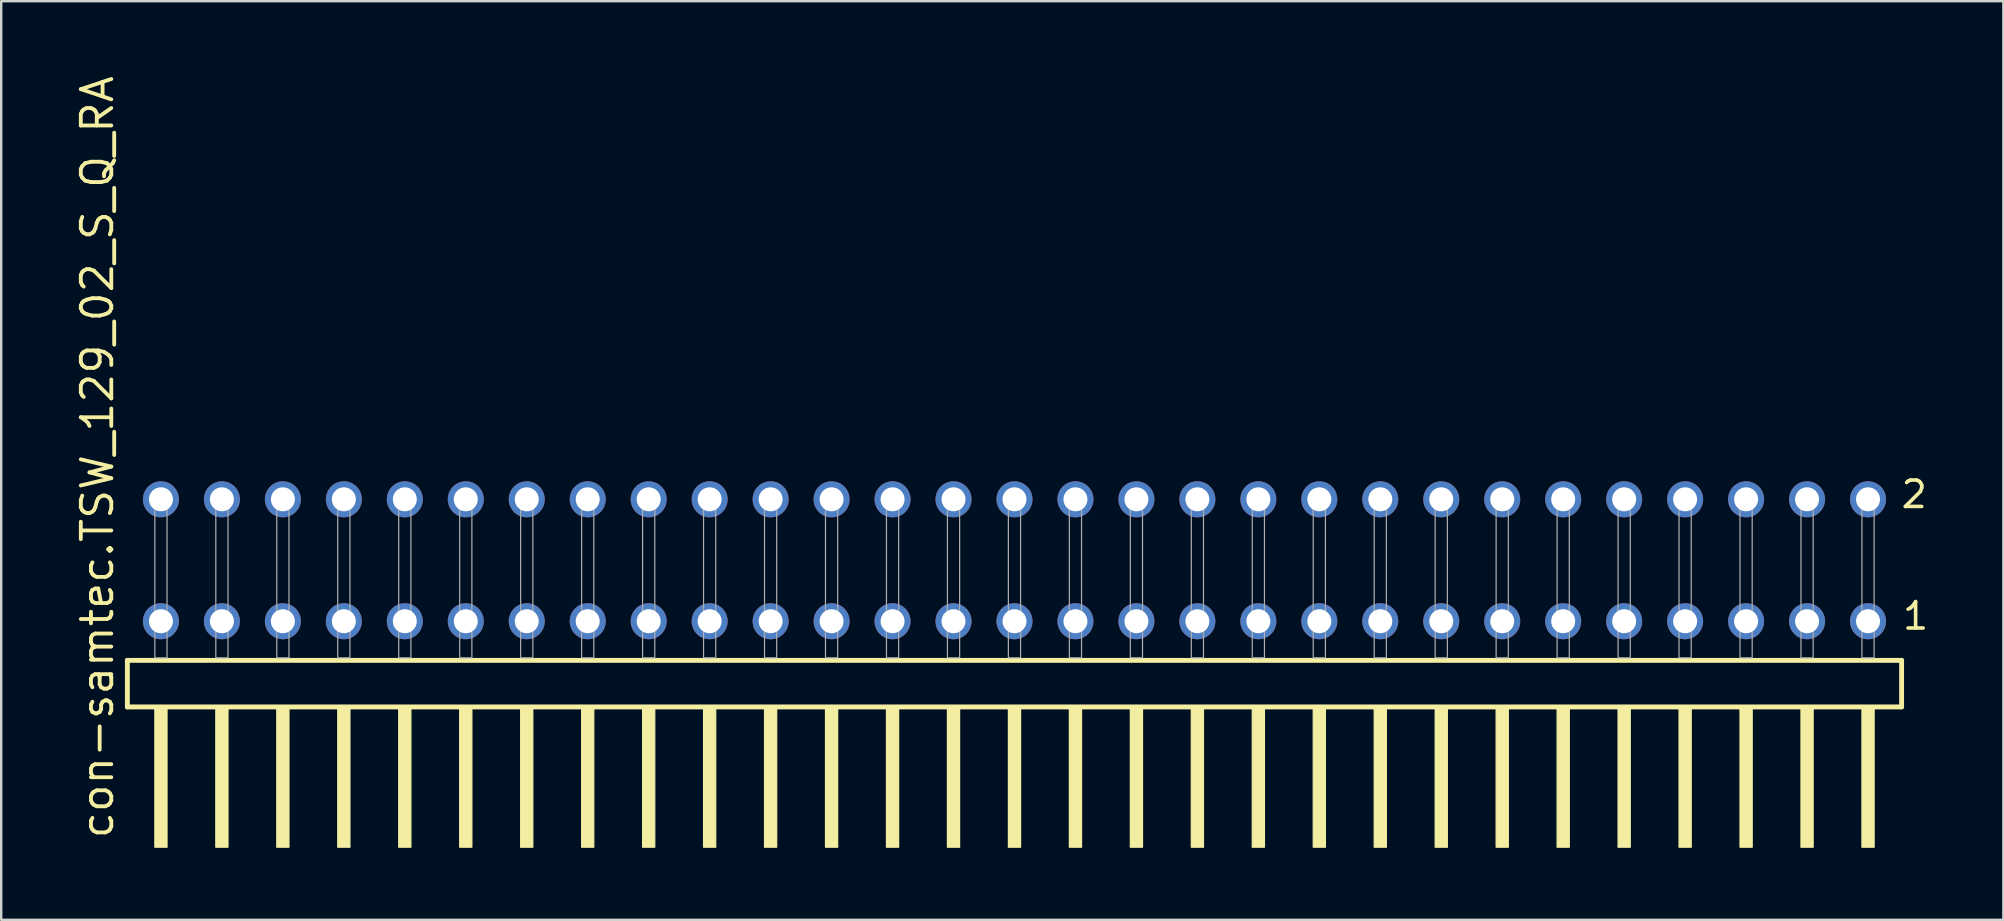
<source format=kicad_pcb>
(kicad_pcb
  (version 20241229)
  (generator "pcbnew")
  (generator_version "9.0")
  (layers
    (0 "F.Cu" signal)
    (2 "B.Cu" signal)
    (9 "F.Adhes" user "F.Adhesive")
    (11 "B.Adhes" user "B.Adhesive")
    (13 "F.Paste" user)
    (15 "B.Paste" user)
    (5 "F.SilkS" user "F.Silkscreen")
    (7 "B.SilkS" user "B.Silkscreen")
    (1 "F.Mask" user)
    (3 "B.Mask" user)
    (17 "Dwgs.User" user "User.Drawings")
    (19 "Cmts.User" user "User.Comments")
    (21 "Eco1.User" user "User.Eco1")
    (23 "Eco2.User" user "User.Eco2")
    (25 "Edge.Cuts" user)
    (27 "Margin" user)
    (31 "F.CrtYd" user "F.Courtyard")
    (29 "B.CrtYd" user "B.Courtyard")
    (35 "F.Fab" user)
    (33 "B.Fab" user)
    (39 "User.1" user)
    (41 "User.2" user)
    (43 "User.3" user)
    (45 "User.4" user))
  (footprint "con-samtec.TSW_129_02_S_Q_RA"
    (layer "F.Cu")
    (at 39.215 24.356)
    (property "Reference" "con-samtec.TSW_129_02_S_Q_RA" (at -37.465 7.62 90) (layer "F.SilkS") (effects (font (size 1.27 1.27) (thickness 0.16)) (justify left bottom)))
    (attr through_hole)
    (fp_line (start -36.959 0.106) (end -36.959 2.046) (stroke (width 0.203) (type default)) (layer "F.SilkS"))
    (fp_line (start -36.959 2.046) (end 36.959 2.046) (stroke (width 0.203) (type default)) (layer "F.SilkS"))
    (fp_line (start 36.959 0.106) (end -36.959 0.106) (stroke (width 0.203) (type default)) (layer "F.SilkS"))
    (fp_line (start 36.959 2.046) (end 36.959 0.106) (stroke (width 0.203) (type default)) (layer "F.SilkS"))
    (fp_rect (start -35.814 7.89) (end -35.306 2.04) (stroke (width 0.05) (type default)) (fill yes) (layer "F.SilkS"))
    (fp_rect (start -33.274 7.89) (end -32.766 2.04) (stroke (width 0.05) (type default)) (fill yes) (layer "F.SilkS"))
    (fp_rect (start -30.734 7.89) (end -30.226 2.04) (stroke (width 0.05) (type default)) (fill yes) (layer "F.SilkS"))
    (fp_rect (start -28.194 7.89) (end -27.686 2.04) (stroke (width 0.05) (type default)) (fill yes) (layer "F.SilkS"))
    (fp_rect (start -25.654 7.89) (end -25.146 2.04) (stroke (width 0.05) (type default)) (fill yes) (layer "F.SilkS"))
    (fp_rect (start -23.114 7.89) (end -22.606 2.04) (stroke (width 0.05) (type default)) (fill yes) (layer "F.SilkS"))
    (fp_rect (start -20.574 7.89) (end -20.066 2.04) (stroke (width 0.05) (type default)) (fill yes) (layer "F.SilkS"))
    (fp_rect (start -18.034 7.89) (end -17.526 2.04) (stroke (width 0.05) (type default)) (fill yes) (layer "F.SilkS"))
    (fp_rect (start -15.494 7.89) (end -14.986 2.04) (stroke (width 0.05) (type default)) (fill yes) (layer "F.SilkS"))
    (fp_rect (start -12.954 7.89) (end -12.446 2.04) (stroke (width 0.05) (type default)) (fill yes) (layer "F.SilkS"))
    (fp_rect (start -10.414 7.89) (end -9.906 2.04) (stroke (width 0.05) (type default)) (fill yes) (layer "F.SilkS"))
    (fp_rect (start -7.874 7.89) (end -7.366 2.04) (stroke (width 0.05) (type default)) (fill yes) (layer "F.SilkS"))
    (fp_rect (start -5.334 7.89) (end -4.826 2.04) (stroke (width 0.05) (type default)) (fill yes) (layer "F.SilkS"))
    (fp_rect (start -2.794 7.89) (end -2.286 2.04) (stroke (width 0.05) (type default)) (fill yes) (layer "F.SilkS"))
    (fp_rect (start -0.254 7.89) (end 0.254 2.04) (stroke (width 0.05) (type default)) (fill yes) (layer "F.SilkS"))
    (fp_rect (start 2.286 7.89) (end 2.794 2.04) (stroke (width 0.05) (type default)) (fill yes) (layer "F.SilkS"))
    (fp_rect (start 4.826 7.89) (end 5.334 2.04) (stroke (width 0.05) (type default)) (fill yes) (layer "F.SilkS"))
    (fp_rect (start 7.366 7.89) (end 7.874 2.04) (stroke (width 0.05) (type default)) (fill yes) (layer "F.SilkS"))
    (fp_rect (start 9.906 7.89) (end 10.414 2.04) (stroke (width 0.05) (type default)) (fill yes) (layer "F.SilkS"))
    (fp_rect (start 12.446 7.89) (end 12.954 2.04) (stroke (width 0.05) (type default)) (fill yes) (layer "F.SilkS"))
    (fp_rect (start 14.986 7.89) (end 15.494 2.04) (stroke (width 0.05) (type default)) (fill yes) (layer "F.SilkS"))
    (fp_rect (start 17.526 7.89) (end 18.034 2.04) (stroke (width 0.05) (type default)) (fill yes) (layer "F.SilkS"))
    (fp_rect (start 20.066 7.89) (end 20.574 2.04) (stroke (width 0.05) (type default)) (fill yes) (layer "F.SilkS"))
    (fp_rect (start 22.606 7.89) (end 23.114 2.04) (stroke (width 0.05) (type default)) (fill yes) (layer "F.SilkS"))
    (fp_rect (start 25.146 7.89) (end 25.654 2.04) (stroke (width 0.05) (type default)) (fill yes) (layer "F.SilkS"))
    (fp_rect (start 27.686 7.89) (end 28.194 2.04) (stroke (width 0.05) (type default)) (fill yes) (layer "F.SilkS"))
    (fp_rect (start 30.226 7.89) (end 30.734 2.04) (stroke (width 0.05) (type default)) (fill yes) (layer "F.SilkS"))
    (fp_rect (start 32.766 7.89) (end 33.274 2.04) (stroke (width 0.05) (type default)) (fill yes) (layer "F.SilkS"))
    (fp_rect (start 35.306 7.89) (end 35.814 2.04) (stroke (width 0.05) (type default)) (fill yes) (layer "F.SilkS"))
    (fp_rect (start -35.814 0) (end -35.306 -6.858) (stroke (width 0.05) (type default)) (fill no) (layer "F.Fab"))
    (fp_rect (start -33.274 0) (end -32.766 -6.858) (stroke (width 0.05) (type default)) (fill no) (layer "F.Fab"))
    (fp_rect (start -30.734 0) (end -30.226 -6.858) (stroke (width 0.05) (type default)) (fill no) (layer "F.Fab"))
    (fp_rect (start -28.194 0) (end -27.686 -6.858) (stroke (width 0.05) (type default)) (fill no) (layer "F.Fab"))
    (fp_rect (start -25.654 0) (end -25.146 -6.858) (stroke (width 0.05) (type default)) (fill no) (layer "F.Fab"))
    (fp_rect (start -23.114 0) (end -22.606 -6.858) (stroke (width 0.05) (type default)) (fill no) (layer "F.Fab"))
    (fp_rect (start -20.574 0) (end -20.066 -6.858) (stroke (width 0.05) (type default)) (fill no) (layer "F.Fab"))
    (fp_rect (start -18.034 0) (end -17.526 -6.858) (stroke (width 0.05) (type default)) (fill no) (layer "F.Fab"))
    (fp_rect (start -15.494 0) (end -14.986 -6.858) (stroke (width 0.05) (type default)) (fill no) (layer "F.Fab"))
    (fp_rect (start -12.954 0) (end -12.446 -6.858) (stroke (width 0.05) (type default)) (fill no) (layer "F.Fab"))
    (fp_rect (start -10.414 0) (end -9.906 -6.858) (stroke (width 0.05) (type default)) (fill no) (layer "F.Fab"))
    (fp_rect (start -7.874 0) (end -7.366 -6.858) (stroke (width 0.05) (type default)) (fill no) (layer "F.Fab"))
    (fp_rect (start -5.334 0) (end -4.826 -6.858) (stroke (width 0.05) (type default)) (fill no) (layer "F.Fab"))
    (fp_rect (start -2.794 0) (end -2.286 -6.858) (stroke (width 0.05) (type default)) (fill no) (layer "F.Fab"))
    (fp_rect (start -0.254 0) (end 0.254 -6.858) (stroke (width 0.05) (type default)) (fill no) (layer "F.Fab"))
    (fp_rect (start 2.286 0) (end 2.794 -6.858) (stroke (width 0.05) (type default)) (fill no) (layer "F.Fab"))
    (fp_rect (start 4.826 0) (end 5.334 -6.858) (stroke (width 0.05) (type default)) (fill no) (layer "F.Fab"))
    (fp_rect (start 7.366 0) (end 7.874 -6.858) (stroke (width 0.05) (type default)) (fill no) (layer "F.Fab"))
    (fp_rect (start 9.906 0) (end 10.414 -6.858) (stroke (width 0.05) (type default)) (fill no) (layer "F.Fab"))
    (fp_rect (start 12.446 0) (end 12.954 -6.858) (stroke (width 0.05) (type default)) (fill no) (layer "F.Fab"))
    (fp_rect (start 14.986 0) (end 15.494 -6.858) (stroke (width 0.05) (type default)) (fill no) (layer "F.Fab"))
    (fp_rect (start 17.526 0) (end 18.034 -6.858) (stroke (width 0.05) (type default)) (fill no) (layer "F.Fab"))
    (fp_rect (start 20.066 0) (end 20.574 -6.858) (stroke (width 0.05) (type default)) (fill no) (layer "F.Fab"))
    (fp_rect (start 22.606 0) (end 23.114 -6.858) (stroke (width 0.05) (type default)) (fill no) (layer "F.Fab"))
    (fp_rect (start 25.146 0) (end 25.654 -6.858) (stroke (width 0.05) (type default)) (fill no) (layer "F.Fab"))
    (fp_rect (start 27.686 0) (end 28.194 -6.858) (stroke (width 0.05) (type default)) (fill no) (layer "F.Fab"))
    (fp_rect (start 30.226 0) (end 30.734 -6.858) (stroke (width 0.05) (type default)) (fill no) (layer "F.Fab"))
    (fp_rect (start 32.766 0) (end 33.274 -6.858) (stroke (width 0.05) (type default)) (fill no) (layer "F.Fab"))
    (fp_rect (start 35.306 0) (end 35.814 -6.858) (stroke (width 0.05) (type default)) (fill no) (layer "F.Fab"))
    (fp_text user "1" (at 36.92 -1.1 0) (layer "F.SilkS") (effects (font (size 1.1 1.1) (thickness 0.15)) (justify left bottom)))
    (fp_text user "2" (at 36.86 -6.165 0) (layer "F.SilkS") (effects (font (size 1.1 1.1) (thickness 0.15)) (justify left bottom)))
    (pad "1" thru_hole circle (at 35.56 -1.524 180) (size 1.5 1.5) (drill 1) (layers "*.Cu" "*.Mask"))
    (pad "2" thru_hole circle (at 35.56 -6.604 180) (size 1.5 1.5) (drill 1) (layers "*.Cu" "*.Mask"))
    (pad "3" thru_hole circle (at 33.02 -1.524 180) (size 1.5 1.5) (drill 1) (layers "*.Cu" "*.Mask"))
    (pad "4" thru_hole circle (at 33.02 -6.604 180) (size 1.5 1.5) (drill 1) (layers "*.Cu" "*.Mask"))
    (pad "5" thru_hole circle (at 30.48 -1.524 180) (size 1.5 1.5) (drill 1) (layers "*.Cu" "*.Mask"))
    (pad "6" thru_hole circle (at 30.48 -6.604 180) (size 1.5 1.5) (drill 1) (layers "*.Cu" "*.Mask"))
    (pad "7" thru_hole circle (at 27.94 -1.524 180) (size 1.5 1.5) (drill 1) (layers "*.Cu" "*.Mask"))
    (pad "8" thru_hole circle (at 27.94 -6.604 180) (size 1.5 1.5) (drill 1) (layers "*.Cu" "*.Mask"))
    (pad "9" thru_hole circle (at 25.4 -1.524 180) (size 1.5 1.5) (drill 1) (layers "*.Cu" "*.Mask"))
    (pad "10" thru_hole circle (at 25.4 -6.604 180) (size 1.5 1.5) (drill 1) (layers "*.Cu" "*.Mask"))
    (pad "11" thru_hole circle (at 22.86 -1.524 180) (size 1.5 1.5) (drill 1) (layers "*.Cu" "*.Mask"))
    (pad "12" thru_hole circle (at 22.86 -6.604 180) (size 1.5 1.5) (drill 1) (layers "*.Cu" "*.Mask"))
    (pad "13" thru_hole circle (at 20.32 -1.524 180) (size 1.5 1.5) (drill 1) (layers "*.Cu" "*.Mask"))
    (pad "14" thru_hole circle (at 20.32 -6.604 180) (size 1.5 1.5) (drill 1) (layers "*.Cu" "*.Mask"))
    (pad "15" thru_hole circle (at 17.78 -1.524 180) (size 1.5 1.5) (drill 1) (layers "*.Cu" "*.Mask"))
    (pad "16" thru_hole circle (at 17.78 -6.604 180) (size 1.5 1.5) (drill 1) (layers "*.Cu" "*.Mask"))
    (pad "17" thru_hole circle (at 15.24 -1.524 180) (size 1.5 1.5) (drill 1) (layers "*.Cu" "*.Mask"))
    (pad "18" thru_hole circle (at 15.24 -6.604 180) (size 1.5 1.5) (drill 1) (layers "*.Cu" "*.Mask"))
    (pad "19" thru_hole circle (at 12.7 -1.524 180) (size 1.5 1.5) (drill 1) (layers "*.Cu" "*.Mask"))
    (pad "20" thru_hole circle (at 12.7 -6.604 180) (size 1.5 1.5) (drill 1) (layers "*.Cu" "*.Mask"))
    (pad "21" thru_hole circle (at 10.16 -1.524 180) (size 1.5 1.5) (drill 1) (layers "*.Cu" "*.Mask"))
    (pad "22" thru_hole circle (at 10.16 -6.604 180) (size 1.5 1.5) (drill 1) (layers "*.Cu" "*.Mask"))
    (pad "23" thru_hole circle (at 7.62 -1.524 180) (size 1.5 1.5) (drill 1) (layers "*.Cu" "*.Mask"))
    (pad "24" thru_hole circle (at 7.62 -6.604 180) (size 1.5 1.5) (drill 1) (layers "*.Cu" "*.Mask"))
    (pad "25" thru_hole circle (at 5.08 -1.524 180) (size 1.5 1.5) (drill 1) (layers "*.Cu" "*.Mask"))
    (pad "26" thru_hole circle (at 5.08 -6.604 180) (size 1.5 1.5) (drill 1) (layers "*.Cu" "*.Mask"))
    (pad "27" thru_hole circle (at 2.54 -1.524 180) (size 1.5 1.5) (drill 1) (layers "*.Cu" "*.Mask"))
    (pad "28" thru_hole circle (at 2.54 -6.604 180) (size 1.5 1.5) (drill 1) (layers "*.Cu" "*.Mask"))
    (pad "29" thru_hole circle (at 0 -1.524 180) (size 1.5 1.5) (drill 1) (layers "*.Cu" "*.Mask"))
    (pad "30" thru_hole circle (at 0 -6.604 180) (size 1.5 1.5) (drill 1) (layers "*.Cu" "*.Mask"))
    (pad "31" thru_hole circle (at -2.54 -1.524 180) (size 1.5 1.5) (drill 1) (layers "*.Cu" "*.Mask"))
    (pad "32" thru_hole circle (at -2.54 -6.604 180) (size 1.5 1.5) (drill 1) (layers "*.Cu" "*.Mask"))
    (pad "33" thru_hole circle (at -5.08 -1.524 180) (size 1.5 1.5) (drill 1) (layers "*.Cu" "*.Mask"))
    (pad "34" thru_hole circle (at -5.08 -6.604 180) (size 1.5 1.5) (drill 1) (layers "*.Cu" "*.Mask"))
    (pad "35" thru_hole circle (at -7.62 -1.524 180) (size 1.5 1.5) (drill 1) (layers "*.Cu" "*.Mask"))
    (pad "36" thru_hole circle (at -7.62 -6.604 180) (size 1.5 1.5) (drill 1) (layers "*.Cu" "*.Mask"))
    (pad "37" thru_hole circle (at -10.16 -1.524 180) (size 1.5 1.5) (drill 1) (layers "*.Cu" "*.Mask"))
    (pad "38" thru_hole circle (at -10.16 -6.604 180) (size 1.5 1.5) (drill 1) (layers "*.Cu" "*.Mask"))
    (pad "39" thru_hole circle (at -12.7 -1.524 180) (size 1.5 1.5) (drill 1) (layers "*.Cu" "*.Mask"))
    (pad "40" thru_hole circle (at -12.7 -6.604 180) (size 1.5 1.5) (drill 1) (layers "*.Cu" "*.Mask"))
    (pad "41" thru_hole circle (at -15.24 -1.524 180) (size 1.5 1.5) (drill 1) (layers "*.Cu" "*.Mask"))
    (pad "42" thru_hole circle (at -15.24 -6.604 180) (size 1.5 1.5) (drill 1) (layers "*.Cu" "*.Mask"))
    (pad "43" thru_hole circle (at -17.78 -1.524 180) (size 1.5 1.5) (drill 1) (layers "*.Cu" "*.Mask"))
    (pad "44" thru_hole circle (at -17.78 -6.604 180) (size 1.5 1.5) (drill 1) (layers "*.Cu" "*.Mask"))
    (pad "45" thru_hole circle (at -20.32 -1.524 180) (size 1.5 1.5) (drill 1) (layers "*.Cu" "*.Mask"))
    (pad "46" thru_hole circle (at -20.32 -6.604 180) (size 1.5 1.5) (drill 1) (layers "*.Cu" "*.Mask"))
    (pad "47" thru_hole circle (at -22.86 -1.524 180) (size 1.5 1.5) (drill 1) (layers "*.Cu" "*.Mask"))
    (pad "48" thru_hole circle (at -22.86 -6.604 180) (size 1.5 1.5) (drill 1) (layers "*.Cu" "*.Mask"))
    (pad "49" thru_hole circle (at -25.4 -1.524 180) (size 1.5 1.5) (drill 1) (layers "*.Cu" "*.Mask"))
    (pad "50" thru_hole circle (at -25.4 -6.604 180) (size 1.5 1.5) (drill 1) (layers "*.Cu" "*.Mask"))
    (pad "51" thru_hole circle (at -27.94 -1.524 180) (size 1.5 1.5) (drill 1) (layers "*.Cu" "*.Mask"))
    (pad "52" thru_hole circle (at -27.94 -6.604 180) (size 1.5 1.5) (drill 1) (layers "*.Cu" "*.Mask"))
    (pad "53" thru_hole circle (at -30.48 -1.524 180) (size 1.5 1.5) (drill 1) (layers "*.Cu" "*.Mask"))
    (pad "54" thru_hole circle (at -30.48 -6.604 180) (size 1.5 1.5) (drill 1) (layers "*.Cu" "*.Mask"))
    (pad "55" thru_hole circle (at -33.02 -1.524 180) (size 1.5 1.5) (drill 1) (layers "*.Cu" "*.Mask"))
    (pad "56" thru_hole circle (at -33.02 -6.604 180) (size 1.5 1.5) (drill 1) (layers "*.Cu" "*.Mask"))
    (pad "57" thru_hole circle (at -35.56 -1.524 180) (size 1.5 1.5) (drill 1) (layers "*.Cu" "*.Mask"))
    (pad "58" thru_hole circle (at -35.56 -6.604 180) (size 1.5 1.5) (drill 1) (layers "*.Cu" "*.Mask")))
  (gr_rect
    (start -3 -3)
    (end 80.413 35.271)
    (stroke (width 0.1) (type default))
    (fill no)
    (layer "Edge.Cuts")))
</source>
